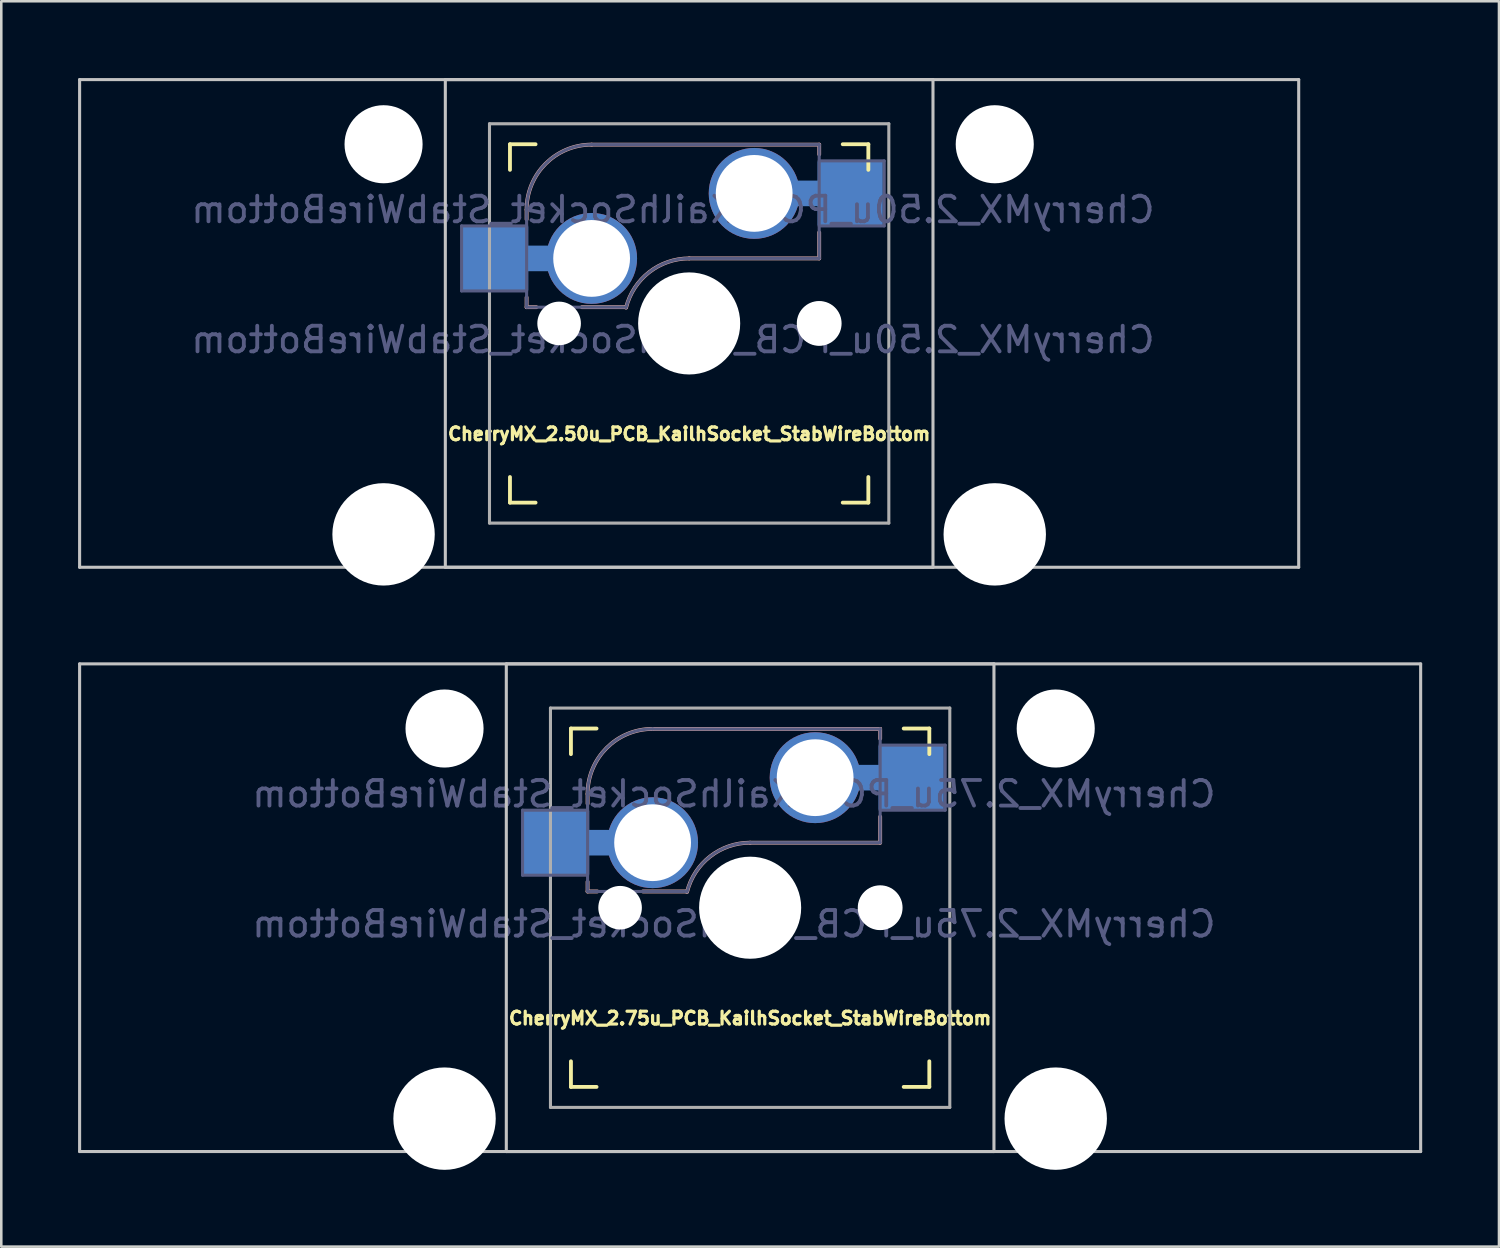
<source format=kicad_pcb>
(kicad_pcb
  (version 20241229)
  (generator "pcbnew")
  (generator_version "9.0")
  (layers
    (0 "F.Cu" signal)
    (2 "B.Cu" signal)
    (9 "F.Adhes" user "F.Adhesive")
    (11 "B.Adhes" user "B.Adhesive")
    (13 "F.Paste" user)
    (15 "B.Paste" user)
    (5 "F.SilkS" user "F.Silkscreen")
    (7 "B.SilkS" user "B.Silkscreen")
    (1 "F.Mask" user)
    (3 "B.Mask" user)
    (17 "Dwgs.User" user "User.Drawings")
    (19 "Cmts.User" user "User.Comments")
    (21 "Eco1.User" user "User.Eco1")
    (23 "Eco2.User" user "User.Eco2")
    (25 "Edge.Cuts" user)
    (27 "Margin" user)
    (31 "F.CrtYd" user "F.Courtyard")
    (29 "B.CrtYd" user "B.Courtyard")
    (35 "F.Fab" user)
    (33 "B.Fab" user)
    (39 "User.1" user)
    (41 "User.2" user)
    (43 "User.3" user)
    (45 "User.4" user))
  (footprint "CherryMX_2.50u_PCB_KailhSocket_StabWireBottom"
    (layer "F.Cu")
    (at 23.872 9.585)
    (property "Reference" "CherryMX_2.50u_PCB_KailhSocket_StabWireBottom" (at 0 4.318 0) (layer "F.SilkS") (effects (font (size 0.5 0.5) (thickness 0.125))))
    (property "Value" "CherryMX_2.50u_PCB_KailhSocket_StabWireBottom" (at 0 8.662 0) (layer "F.Fab") (hide yes) (effects (font (size 1 1) (thickness 0.15))))
    (attr through_hole)
    (fp_line (start -7 -6) (end -7 -7) (stroke (width 0.15) (type solid)) (layer "F.SilkS"))
    (fp_line (start -7 7) (end -7 6) (stroke (width 0.15) (type solid)) (layer "F.SilkS"))
    (fp_line (start -7 7) (end -6 7) (stroke (width 0.15) (type solid)) (layer "F.SilkS"))
    (fp_line (start -6 -7) (end -7 -7) (stroke (width 0.15) (type solid)) (layer "F.SilkS"))
    (fp_line (start 6 7) (end 7 7) (stroke (width 0.15) (type solid)) (layer "F.SilkS"))
    (fp_line (start 7 -7) (end 6 -7) (stroke (width 0.15) (type solid)) (layer "F.SilkS"))
    (fp_line (start 7 -7) (end 7 -6) (stroke (width 0.15) (type solid)) (layer "F.SilkS"))
    (fp_line (start 7 6) (end 7 7) (stroke (width 0.15) (type solid)) (layer "F.SilkS"))
    (fp_line (start -6.35 -4.445) (end -6.35 -4.064) (stroke (width 0.15) (type solid)) (layer "B.SilkS"))
    (fp_line (start -6.35 -1.016) (end -6.35 -0.635) (stroke (width 0.15) (type solid)) (layer "B.SilkS"))
    (fp_line (start -5.969 -0.635) (end -6.35 -0.635) (stroke (width 0.15) (type solid)) (layer "B.SilkS"))
    (fp_line (start -3.81 -6.985) (end 5.08 -6.985) (stroke (width 0.15) (type solid)) (layer "B.SilkS"))
    (fp_line (start -2.464 -0.635) (end -4.191 -0.635) (stroke (width 0.15) (type solid)) (layer "B.SilkS"))
    (fp_line (start 5.08 -6.985) (end 5.08 -6.604) (stroke (width 0.15) (type solid)) (layer "B.SilkS"))
    (fp_line (start 5.08 -3.556) (end 5.08 -2.54) (stroke (width 0.15) (type solid)) (layer "B.SilkS"))
    (fp_line (start 5.08 -2.54) (end 0 -2.54) (stroke (width 0.15) (type solid)) (layer "B.SilkS"))
    (fp_arc (start -6.35 -4.445) (mid -5.606051 -6.241051) (end -3.81 -6.985) (stroke (width 0.15) (type solid)) (layer "B.SilkS"))
    (fp_arc (start -2.464162 -0.61604) (mid -1.563147 -2.002042) (end 0 -2.54) (stroke (width 0.15) (type solid)) (layer "B.SilkS"))
    (fp_line (start -23.812 -9.525) (end 23.812 -9.525) (stroke (width 0.12) (type solid)) (layer "Dwgs.User"))
    (fp_line (start -23.812 9.525) (end -23.812 -9.525) (stroke (width 0.12) (type solid)) (layer "Dwgs.User"))
    (fp_line (start -9.525 -9.525) (end 9.525 -9.525) (stroke (width 0.12) (type solid)) (layer "Dwgs.User"))
    (fp_line (start -9.525 9.525) (end -9.525 -9.525) (stroke (width 0.12) (type solid)) (layer "Dwgs.User"))
    (fp_line (start 9.525 -9.525) (end 9.525 9.525) (stroke (width 0.12) (type solid)) (layer "Dwgs.User"))
    (fp_line (start 9.525 9.525) (end -9.525 9.525) (stroke (width 0.12) (type solid)) (layer "Dwgs.User"))
    (fp_line (start 23.812 -9.525) (end 23.812 9.525) (stroke (width 0.12) (type solid)) (layer "Dwgs.User"))
    (fp_line (start 23.812 9.525) (end -23.812 9.525) (stroke (width 0.12) (type solid)) (layer "Dwgs.User"))
    (fp_line (start -6.9 6.9) (end -6.9 -6.9) (stroke (width 0.15) (type solid)) (layer "Eco2.User"))
    (fp_line (start -6.9 6.9) (end 6.9 6.9) (stroke (width 0.15) (type solid)) (layer "Eco2.User"))
    (fp_line (start 6.9 -6.9) (end -6.9 -6.9) (stroke (width 0.15) (type solid)) (layer "Eco2.User"))
    (fp_line (start 6.9 -6.9) (end 6.9 6.9) (stroke (width 0.15) (type solid)) (layer "Eco2.User"))
    (fp_line (start -8.89 -3.81) (end -6.35 -3.81) (stroke (width 0.12) (type solid)) (layer "B.Fab"))
    (fp_line (start -8.89 -1.27) (end -8.89 -3.81) (stroke (width 0.12) (type solid)) (layer "B.Fab"))
    (fp_line (start -6.35 -1.27) (end -8.89 -1.27) (stroke (width 0.12) (type solid)) (layer "B.Fab"))
    (fp_line (start -6.35 -0.635) (end -6.35 -4.445) (stroke (width 0.12) (type solid)) (layer "B.Fab"))
    (fp_line (start -6.35 -0.635) (end -2.54 -0.635) (stroke (width 0.12) (type solid)) (layer "B.Fab"))
    (fp_line (start -3.81 -6.985) (end 5.08 -6.985) (stroke (width 0.12) (type solid)) (layer "B.Fab"))
    (fp_line (start 5.08 -6.985) (end 5.08 -2.54) (stroke (width 0.12) (type solid)) (layer "B.Fab"))
    (fp_line (start 5.08 -6.35) (end 7.62 -6.35) (stroke (width 0.12) (type solid)) (layer "B.Fab"))
    (fp_line (start 5.08 -2.54) (end 0 -2.54) (stroke (width 0.12) (type solid)) (layer "B.Fab"))
    (fp_line (start 7.62 -6.35) (end 7.62 -3.81) (stroke (width 0.12) (type solid)) (layer "B.Fab"))
    (fp_line (start 7.62 -3.81) (end 5.08 -3.81) (stroke (width 0.12) (type solid)) (layer "B.Fab"))
    (fp_arc (start -6.35 -4.445) (mid -5.606051 -6.241051) (end -3.81 -6.985) (stroke (width 0.12) (type solid)) (layer "B.Fab"))
    (fp_arc (start -2.464162 -0.61604) (mid -1.563147 -2.002042) (end 0 -2.54) (stroke (width 0.12) (type solid)) (layer "B.Fab"))
    (fp_line (start -7.8 -7.8) (end -7.8 7.8) (stroke (width 0.12) (type solid)) (layer "F.Fab"))
    (fp_line (start -7.8 -7.8) (end 7.8 -7.8) (stroke (width 0.12) (type solid)) (layer "F.Fab"))
    (fp_line (start -7.8 7.8) (end 7.8 7.8) (stroke (width 0.12) (type solid)) (layer "F.Fab"))
    (fp_line (start 7.8 -7.8) (end 7.8 7.8) (stroke (width 0.12) (type solid)) (layer "F.Fab"))
    (fp_text user "${VALUE}" (at -0.635 0.635 0) (layer "B.Fab") (effects (font (size 1 1) (thickness 0.15)) (justify mirror)))
    (fp_text user "${REFERENCE}" (at -0.635 -4.445 0) (layer "B.Fab") (effects (font (size 1 1) (thickness 0.15)) (justify mirror)))
    (pad "" np_thru_hole circle (at -11.938 -7) (size 3.05 3.05) (drill 3.05) (layers "*.Cu" "*.Mask"))
    (pad "" np_thru_hole circle (at -11.938 8.24) (size 4 4) (drill 4) (layers "*.Cu" "*.Mask"))
    (pad "" np_thru_hole circle (at -5.08 0) (size 1.702 1.702) (drill 1.702) (layers "*.Cu" "*.Mask"))
    (pad "" np_thru_hole circle (at 0 0) (size 3.988 3.988) (drill 3.988) (layers "*.Cu" "*.Mask"))
    (pad "" np_thru_hole circle (at 5.08 0) (size 1.702 1.702) (drill 1.702) (layers "*.Cu" "*.Mask"))
    (pad "" np_thru_hole circle (at 5.08 0) (size 1.75 1.75) (drill 1.75) (layers "*.Cu" "*.Mask"))
    (pad "" np_thru_hole circle (at 11.938 -7) (size 3.05 3.05) (drill 3.05) (layers "*.Cu" "*.Mask"))
    (pad "" np_thru_hole circle (at 11.938 8.24) (size 4 4) (drill 4) (layers "*.Cu" "*.Mask"))
    (pad "1" smd rect (at -7.56 -2.54) (size 2.55 2.5) (layers "B.Cu" "B.Mask" "B.Paste"))
    (pad "1" connect rect (at -5.715 -2.54 90) (size 1 2.5) (layers "B.Cu"))
    (pad "1" thru_hole circle (at -3.81 -2.54) (size 3.55 3.55) (drill 3) (layers "*.Cu"))
    (pad "2" thru_hole circle (at 2.54 -5.08) (size 3.55 3.55) (drill 3) (layers "*.Cu"))
    (pad "2" connect rect (at 5.015 -5.08 270) (size 1 2.5) (layers "B.Cu"))
    (pad "2" smd rect (at 6.29 -5.08) (size 2.55 2.5) (layers "B.Cu" "B.Mask" "B.Paste")))
  (footprint "CherryMX_2.75u_PCB_KailhSocket_StabWireBottom"
    (layer "F.Cu")
    (at 26.254 32.41)
    (property "Reference" "CherryMX_2.75u_PCB_KailhSocket_StabWireBottom" (at 0 4.318 0) (layer "F.SilkS") (effects (font (size 0.5 0.5) (thickness 0.125))))
    (property "Value" "CherryMX_2.75u_PCB_KailhSocket_StabWireBottom" (at 0 8.662 0) (layer "F.Fab") (hide yes) (effects (font (size 1 1) (thickness 0.15))))
    (attr through_hole)
    (fp_line (start -7 -6) (end -7 -7) (stroke (width 0.15) (type solid)) (layer "F.SilkS"))
    (fp_line (start -7 7) (end -7 6) (stroke (width 0.15) (type solid)) (layer "F.SilkS"))
    (fp_line (start -7 7) (end -6 7) (stroke (width 0.15) (type solid)) (layer "F.SilkS"))
    (fp_line (start -6 -7) (end -7 -7) (stroke (width 0.15) (type solid)) (layer "F.SilkS"))
    (fp_line (start 6 7) (end 7 7) (stroke (width 0.15) (type solid)) (layer "F.SilkS"))
    (fp_line (start 7 -7) (end 6 -7) (stroke (width 0.15) (type solid)) (layer "F.SilkS"))
    (fp_line (start 7 -7) (end 7 -6) (stroke (width 0.15) (type solid)) (layer "F.SilkS"))
    (fp_line (start 7 6) (end 7 7) (stroke (width 0.15) (type solid)) (layer "F.SilkS"))
    (fp_line (start -6.35 -4.445) (end -6.35 -4.064) (stroke (width 0.15) (type solid)) (layer "B.SilkS"))
    (fp_line (start -6.35 -1.016) (end -6.35 -0.635) (stroke (width 0.15) (type solid)) (layer "B.SilkS"))
    (fp_line (start -5.969 -0.635) (end -6.35 -0.635) (stroke (width 0.15) (type solid)) (layer "B.SilkS"))
    (fp_line (start -3.81 -6.985) (end 5.08 -6.985) (stroke (width 0.15) (type solid)) (layer "B.SilkS"))
    (fp_line (start -2.464 -0.635) (end -4.191 -0.635) (stroke (width 0.15) (type solid)) (layer "B.SilkS"))
    (fp_line (start 5.08 -6.985) (end 5.08 -6.604) (stroke (width 0.15) (type solid)) (layer "B.SilkS"))
    (fp_line (start 5.08 -3.556) (end 5.08 -2.54) (stroke (width 0.15) (type solid)) (layer "B.SilkS"))
    (fp_line (start 5.08 -2.54) (end 0 -2.54) (stroke (width 0.15) (type solid)) (layer "B.SilkS"))
    (fp_arc (start -6.35 -4.445) (mid -5.606051 -6.241051) (end -3.81 -6.985) (stroke (width 0.15) (type solid)) (layer "B.SilkS"))
    (fp_arc (start -2.464162 -0.61604) (mid -1.563147 -2.002042) (end 0 -2.54) (stroke (width 0.15) (type solid)) (layer "B.SilkS"))
    (fp_line (start -26.194 -9.525) (end 26.194 -9.525) (stroke (width 0.12) (type solid)) (layer "Dwgs.User"))
    (fp_line (start -26.194 9.525) (end -26.194 -9.525) (stroke (width 0.12) (type solid)) (layer "Dwgs.User"))
    (fp_line (start -9.525 -9.525) (end 9.525 -9.525) (stroke (width 0.12) (type solid)) (layer "Dwgs.User"))
    (fp_line (start -9.525 9.525) (end -9.525 -9.525) (stroke (width 0.12) (type solid)) (layer "Dwgs.User"))
    (fp_line (start 9.525 -9.525) (end 9.525 9.525) (stroke (width 0.12) (type solid)) (layer "Dwgs.User"))
    (fp_line (start 9.525 9.525) (end -9.525 9.525) (stroke (width 0.12) (type solid)) (layer "Dwgs.User"))
    (fp_line (start 26.194 -9.525) (end 26.194 9.525) (stroke (width 0.12) (type solid)) (layer "Dwgs.User"))
    (fp_line (start 26.194 9.525) (end -26.194 9.525) (stroke (width 0.12) (type solid)) (layer "Dwgs.User"))
    (fp_line (start -6.9 6.9) (end -6.9 -6.9) (stroke (width 0.15) (type solid)) (layer "Eco2.User"))
    (fp_line (start -6.9 6.9) (end 6.9 6.9) (stroke (width 0.15) (type solid)) (layer "Eco2.User"))
    (fp_line (start 6.9 -6.9) (end -6.9 -6.9) (stroke (width 0.15) (type solid)) (layer "Eco2.User"))
    (fp_line (start 6.9 -6.9) (end 6.9 6.9) (stroke (width 0.15) (type solid)) (layer "Eco2.User"))
    (fp_line (start -8.89 -3.81) (end -6.35 -3.81) (stroke (width 0.12) (type solid)) (layer "B.Fab"))
    (fp_line (start -8.89 -1.27) (end -8.89 -3.81) (stroke (width 0.12) (type solid)) (layer "B.Fab"))
    (fp_line (start -6.35 -1.27) (end -8.89 -1.27) (stroke (width 0.12) (type solid)) (layer "B.Fab"))
    (fp_line (start -6.35 -0.635) (end -6.35 -4.445) (stroke (width 0.12) (type solid)) (layer "B.Fab"))
    (fp_line (start -6.35 -0.635) (end -2.54 -0.635) (stroke (width 0.12) (type solid)) (layer "B.Fab"))
    (fp_line (start -3.81 -6.985) (end 5.08 -6.985) (stroke (width 0.12) (type solid)) (layer "B.Fab"))
    (fp_line (start 5.08 -6.985) (end 5.08 -2.54) (stroke (width 0.12) (type solid)) (layer "B.Fab"))
    (fp_line (start 5.08 -6.35) (end 7.62 -6.35) (stroke (width 0.12) (type solid)) (layer "B.Fab"))
    (fp_line (start 5.08 -2.54) (end 0 -2.54) (stroke (width 0.12) (type solid)) (layer "B.Fab"))
    (fp_line (start 7.62 -6.35) (end 7.62 -3.81) (stroke (width 0.12) (type solid)) (layer "B.Fab"))
    (fp_line (start 7.62 -3.81) (end 5.08 -3.81) (stroke (width 0.12) (type solid)) (layer "B.Fab"))
    (fp_arc (start -6.35 -4.445) (mid -5.606051 -6.241051) (end -3.81 -6.985) (stroke (width 0.12) (type solid)) (layer "B.Fab"))
    (fp_arc (start -2.464162 -0.61604) (mid -1.563147 -2.002042) (end 0 -2.54) (stroke (width 0.12) (type solid)) (layer "B.Fab"))
    (fp_line (start -7.8 -7.8) (end -7.8 7.8) (stroke (width 0.12) (type solid)) (layer "F.Fab"))
    (fp_line (start -7.8 -7.8) (end 7.8 -7.8) (stroke (width 0.12) (type solid)) (layer "F.Fab"))
    (fp_line (start -7.8 7.8) (end 7.8 7.8) (stroke (width 0.12) (type solid)) (layer "F.Fab"))
    (fp_line (start 7.8 -7.8) (end 7.8 7.8) (stroke (width 0.12) (type solid)) (layer "F.Fab"))
    (fp_text user "${VALUE}" (at -0.635 0.635 0) (layer "B.Fab") (effects (font (size 1 1) (thickness 0.15)) (justify mirror)))
    (fp_text user "${REFERENCE}" (at -0.635 -4.445 0) (layer "B.Fab") (effects (font (size 1 1) (thickness 0.15)) (justify mirror)))
    (pad "" np_thru_hole circle (at -11.938 -7) (size 3.05 3.05) (drill 3.05) (layers "*.Cu" "*.Mask"))
    (pad "" np_thru_hole circle (at -11.938 8.24) (size 4 4) (drill 4) (layers "*.Cu" "*.Mask"))
    (pad "" np_thru_hole circle (at -5.08 0) (size 1.702 1.702) (drill 1.702) (layers "*.Cu" "*.Mask"))
    (pad "" np_thru_hole circle (at 0 0) (size 3.988 3.988) (drill 3.988) (layers "*.Cu" "*.Mask"))
    (pad "" np_thru_hole circle (at 5.08 0) (size 1.702 1.702) (drill 1.702) (layers "*.Cu" "*.Mask"))
    (pad "" np_thru_hole circle (at 5.08 0) (size 1.75 1.75) (drill 1.75) (layers "*.Cu" "*.Mask"))
    (pad "" np_thru_hole circle (at 11.938 -7) (size 3.05 3.05) (drill 3.05) (layers "*.Cu" "*.Mask"))
    (pad "" np_thru_hole circle (at 11.938 8.24) (size 4 4) (drill 4) (layers "*.Cu" "*.Mask"))
    (pad "1" smd rect (at -7.56 -2.54) (size 2.55 2.5) (layers "B.Cu" "B.Mask" "B.Paste"))
    (pad "1" connect rect (at -5.715 -2.54 90) (size 1 2.5) (layers "B.Cu"))
    (pad "1" thru_hole circle (at -3.81 -2.54) (size 3.55 3.55) (drill 3) (layers "*.Cu"))
    (pad "2" thru_hole circle (at 2.54 -5.08) (size 3.55 3.55) (drill 3) (layers "*.Cu"))
    (pad "2" connect rect (at 5.015 -5.08 270) (size 1 2.5) (layers "B.Cu"))
    (pad "2" smd rect (at 6.29 -5.08) (size 2.55 2.5) (layers "B.Cu" "B.Mask" "B.Paste")))
  (gr_rect
    (start -3 -3)
    (end 55.508 45.65)
    (stroke (width 0.1) (type default))
    (fill no)
    (layer "Edge.Cuts")))
</source>
